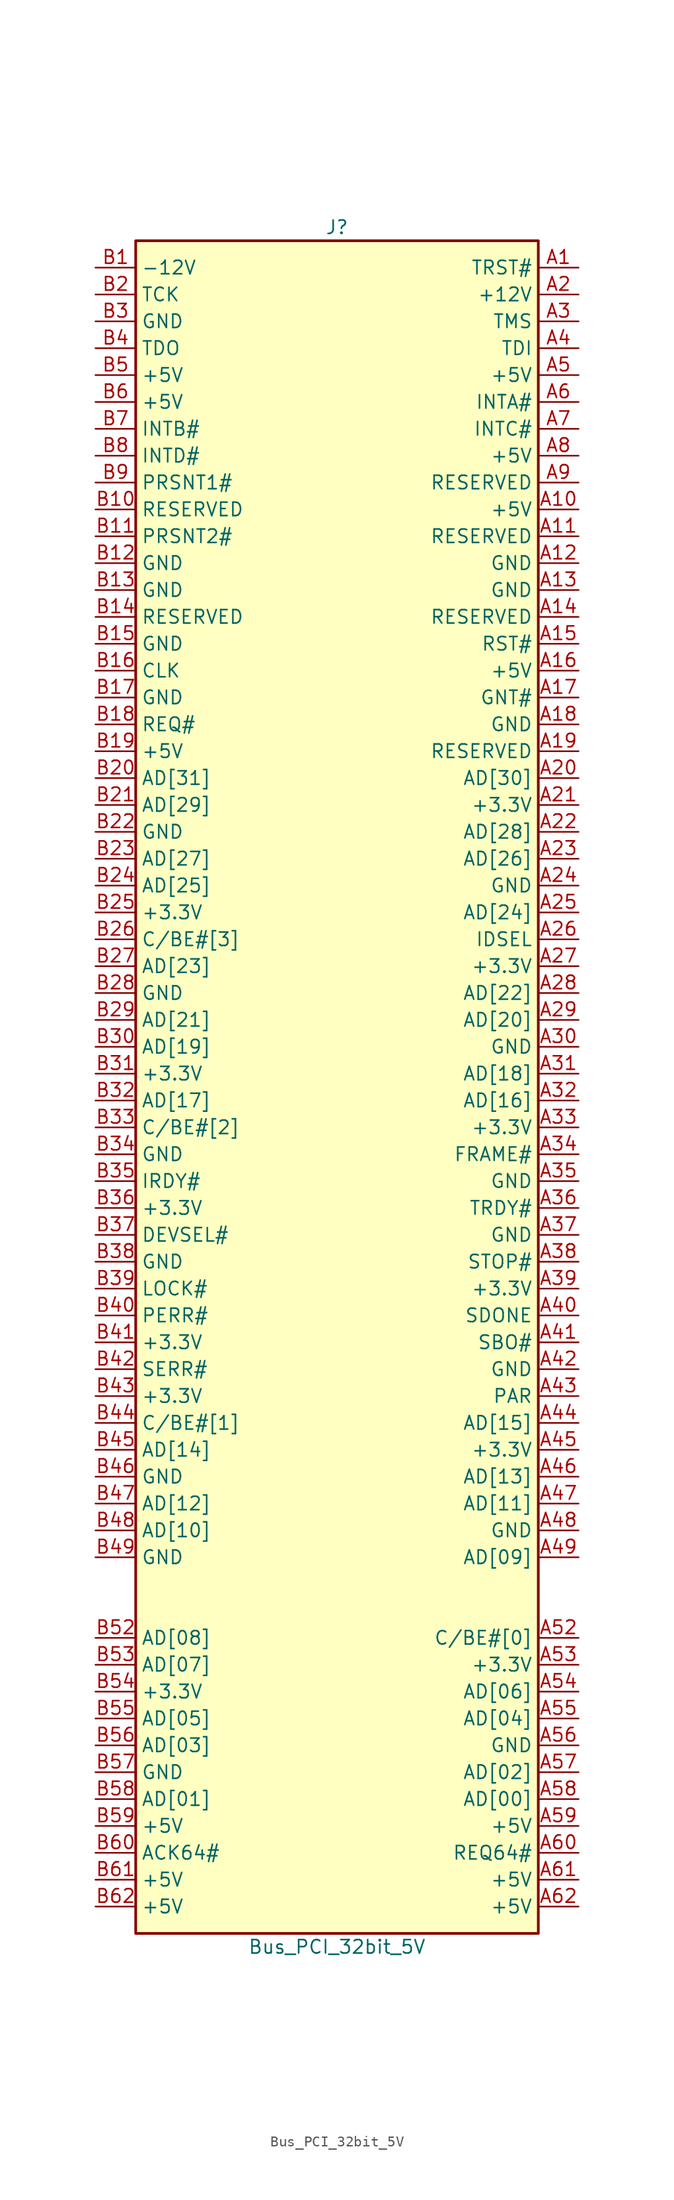
<source format=kicad_sym>
(kicad_symbol_lib
  (version 20220914)
  (generator kicad_symbol_editor)
  (symbol "Bus_PCI_32bit_5V"
    (property "Reference" "J"
      (at 0 80.01 0)
      (effects (font (size 1.27 1.27))))
    (property "Value" "Bus_PCI_32bit_5V"
      (at 0 -82.55 0)
      (effects (font (size 1.27 1.27))))
    (symbol "Bus_PCI_32bit_5V_0_1"
      (rectangle (start -19.05 -81.28) (end 19.05 78.74) (stroke (width 0.254) (type solid)) (fill (type background))))
    (symbol "Bus_PCI_32bit_5V_1_1"
      (pin output line (at 22.86 76.2 180) (length 3.81) (name "TRST#" (effects (font (size 1.27 1.27)))) (number "A1" (effects (font (size 1.27 1.27)))))
      (pin power_in line (at 22.86 53.34 180) (length 3.81) (name "+5V" (effects (font (size 1.27 1.27)))) (number "A10" (effects (font (size 1.27 1.27)))))
      (pin passive line (at 22.86 50.8 180) (length 3.81) (name "RESERVED" (effects (font (size 1.27 1.27)))) (number "A11" (effects (font (size 1.27 1.27)))))
      (pin power_in line (at 22.86 48.26 180) (length 3.81) (name "GND" (effects (font (size 1.27 1.27)))) (number "A12" (effects (font (size 1.27 1.27)))))
      (pin power_in line (at 22.86 45.72 180) (length 3.81) (name "GND" (effects (font (size 1.27 1.27)))) (number "A13" (effects (font (size 1.27 1.27)))))
      (pin passive line (at 22.86 43.18 180) (length 3.81) (name "RESERVED" (effects (font (size 1.27 1.27)))) (number "A14" (effects (font (size 1.27 1.27)))))
      (pin output line (at 22.86 40.64 180) (length 3.81) (name "RST#" (effects (font (size 1.27 1.27)))) (number "A15" (effects (font (size 1.27 1.27)))))
      (pin power_in line (at 22.86 38.1 180) (length 3.81) (name "+5V" (effects (font (size 1.27 1.27)))) (number "A16" (effects (font (size 1.27 1.27)))))
      (pin bidirectional line (at 22.86 35.56 180) (length 3.81) (name "GNT#" (effects (font (size 1.27 1.27)))) (number "A17" (effects (font (size 1.27 1.27)))))
      (pin power_in line (at 22.86 33.02 180) (length 3.81) (name "GND" (effects (font (size 1.27 1.27)))) (number "A18" (effects (font (size 1.27 1.27)))))
      (pin passive line (at 22.86 30.48 180) (length 3.81) (name "RESERVED" (effects (font (size 1.27 1.27)))) (number "A19" (effects (font (size 1.27 1.27)))))
      (pin power_in line (at 22.86 73.66 180) (length 3.81) (name "+12V" (effects (font (size 1.27 1.27)))) (number "A2" (effects (font (size 1.27 1.27)))))
      (pin bidirectional line (at 22.86 27.94 180) (length 3.81) (name "AD[30]" (effects (font (size 1.27 1.27)))) (number "A20" (effects (font (size 1.27 1.27)))))
      (pin power_in line (at 22.86 25.4 180) (length 3.81) (name "+3.3V" (effects (font (size 1.27 1.27)))) (number "A21" (effects (font (size 1.27 1.27)))))
      (pin bidirectional line (at 22.86 22.86 180) (length 3.81) (name "AD[28]" (effects (font (size 1.27 1.27)))) (number "A22" (effects (font (size 1.27 1.27)))))
      (pin bidirectional line (at 22.86 20.32 180) (length 3.81) (name "AD[26]" (effects (font (size 1.27 1.27)))) (number "A23" (effects (font (size 1.27 1.27)))))
      (pin power_in line (at 22.86 17.78 180) (length 3.81) (name "GND" (effects (font (size 1.27 1.27)))) (number "A24" (effects (font (size 1.27 1.27)))))
      (pin bidirectional line (at 22.86 15.24 180) (length 3.81) (name "AD[24]" (effects (font (size 1.27 1.27)))) (number "A25" (effects (font (size 1.27 1.27)))))
      (pin output line (at 22.86 12.7 180) (length 3.81) (name "IDSEL" (effects (font (size 1.27 1.27)))) (number "A26" (effects (font (size 1.27 1.27)))))
      (pin power_in line (at 22.86 10.16 180) (length 3.81) (name "+3.3V" (effects (font (size 1.27 1.27)))) (number "A27" (effects (font (size 1.27 1.27)))))
      (pin bidirectional line (at 22.86 7.62 180) (length 3.81) (name "AD[22]" (effects (font (size 1.27 1.27)))) (number "A28" (effects (font (size 1.27 1.27)))))
      (pin bidirectional line (at 22.86 5.08 180) (length 3.81) (name "AD[20]" (effects (font (size 1.27 1.27)))) (number "A29" (effects (font (size 1.27 1.27)))))
      (pin output line (at 22.86 71.12 180) (length 3.81) (name "TMS" (effects (font (size 1.27 1.27)))) (number "A3" (effects (font (size 1.27 1.27)))))
      (pin power_in line (at 22.86 2.54 180) (length 3.81) (name "GND" (effects (font (size 1.27 1.27)))) (number "A30" (effects (font (size 1.27 1.27)))))
      (pin bidirectional line (at 22.86 0 180) (length 3.81) (name "AD[18]" (effects (font (size 1.27 1.27)))) (number "A31" (effects (font (size 1.27 1.27)))))
      (pin bidirectional line (at 22.86 -2.54 180) (length 3.81) (name "AD[16]" (effects (font (size 1.27 1.27)))) (number "A32" (effects (font (size 1.27 1.27)))))
      (pin power_in line (at 22.86 -5.08 180) (length 3.81) (name "+3.3V" (effects (font (size 1.27 1.27)))) (number "A33" (effects (font (size 1.27 1.27)))))
      (pin bidirectional line (at 22.86 -7.62 180) (length 3.81) (name "FRAME#" (effects (font (size 1.27 1.27)))) (number "A34" (effects (font (size 1.27 1.27)))))
      (pin power_in line (at 22.86 -10.16 180) (length 3.81) (name "GND" (effects (font (size 1.27 1.27)))) (number "A35" (effects (font (size 1.27 1.27)))))
      (pin bidirectional line (at 22.86 -12.7 180) (length 3.81) (name "TRDY#" (effects (font (size 1.27 1.27)))) (number "A36" (effects (font (size 1.27 1.27)))))
      (pin power_in line (at 22.86 -15.24 180) (length 3.81) (name "GND" (effects (font (size 1.27 1.27)))) (number "A37" (effects (font (size 1.27 1.27)))))
      (pin bidirectional line (at 22.86 -17.78 180) (length 3.81) (name "STOP#" (effects (font (size 1.27 1.27)))) (number "A38" (effects (font (size 1.27 1.27)))))
      (pin power_in line (at 22.86 -20.32 180) (length 3.81) (name "+3.3V" (effects (font (size 1.27 1.27)))) (number "A39" (effects (font (size 1.27 1.27)))))
      (pin output line (at 22.86 68.58 180) (length 3.81) (name "TDI" (effects (font (size 1.27 1.27)))) (number "A4" (effects (font (size 1.27 1.27)))))
      (pin bidirectional line (at 22.86 -22.86 180) (length 3.81) (name "SDONE" (effects (font (size 1.27 1.27)))) (number "A40" (effects (font (size 1.27 1.27)))))
      (pin bidirectional line (at 22.86 -25.4 180) (length 3.81) (name "SBO#" (effects (font (size 1.27 1.27)))) (number "A41" (effects (font (size 1.27 1.27)))))
      (pin power_in line (at 22.86 -27.94 180) (length 3.81) (name "GND" (effects (font (size 1.27 1.27)))) (number "A42" (effects (font (size 1.27 1.27)))))
      (pin bidirectional line (at 22.86 -30.48 180) (length 3.81) (name "PAR" (effects (font (size 1.27 1.27)))) (number "A43" (effects (font (size 1.27 1.27)))))
      (pin bidirectional line (at 22.86 -33.02 180) (length 3.81) (name "AD[15]" (effects (font (size 1.27 1.27)))) (number "A44" (effects (font (size 1.27 1.27)))))
      (pin power_in line (at 22.86 -35.56 180) (length 3.81) (name "+3.3V" (effects (font (size 1.27 1.27)))) (number "A45" (effects (font (size 1.27 1.27)))))
      (pin bidirectional line (at 22.86 -38.1 180) (length 3.81) (name "AD[13]" (effects (font (size 1.27 1.27)))) (number "A46" (effects (font (size 1.27 1.27)))))
      (pin bidirectional line (at 22.86 -40.64 180) (length 3.81) (name "AD[11]" (effects (font (size 1.27 1.27)))) (number "A47" (effects (font (size 1.27 1.27)))))
      (pin power_in line (at 22.86 -43.18 180) (length 3.81) (name "GND" (effects (font (size 1.27 1.27)))) (number "A48" (effects (font (size 1.27 1.27)))))
      (pin bidirectional line (at 22.86 -45.72 180) (length 3.81) (name "AD[09]" (effects (font (size 1.27 1.27)))) (number "A49" (effects (font (size 1.27 1.27)))))
      (pin power_in line (at 22.86 66.04 180) (length 3.81) (name "+5V" (effects (font (size 1.27 1.27)))) (number "A5" (effects (font (size 1.27 1.27)))))
      (pin bidirectional line (at 22.86 -53.34 180) (length 3.81) (name "C/BE#[0]" (effects (font (size 1.27 1.27)))) (number "A52" (effects (font (size 1.27 1.27)))))
      (pin power_in line (at 22.86 -55.88 180) (length 3.81) (name "+3.3V" (effects (font (size 1.27 1.27)))) (number "A53" (effects (font (size 1.27 1.27)))))
      (pin bidirectional line (at 22.86 -58.42 180) (length 3.81) (name "AD[06]" (effects (font (size 1.27 1.27)))) (number "A54" (effects (font (size 1.27 1.27)))))
      (pin bidirectional line (at 22.86 -60.96 180) (length 3.81) (name "AD[04]" (effects (font (size 1.27 1.27)))) (number "A55" (effects (font (size 1.27 1.27)))))
      (pin power_in line (at 22.86 -63.5 180) (length 3.81) (name "GND" (effects (font (size 1.27 1.27)))) (number "A56" (effects (font (size 1.27 1.27)))))
      (pin bidirectional line (at 22.86 -66.04 180) (length 3.81) (name "AD[02]" (effects (font (size 1.27 1.27)))) (number "A57" (effects (font (size 1.27 1.27)))))
      (pin bidirectional line (at 22.86 -68.58 180) (length 3.81) (name "AD[00]" (effects (font (size 1.27 1.27)))) (number "A58" (effects (font (size 1.27 1.27)))))
      (pin power_in line (at 22.86 -71.12 180) (length 3.81) (name "+5V" (effects (font (size 1.27 1.27)))) (number "A59" (effects (font (size 1.27 1.27)))))
      (pin input line (at 22.86 63.5 180) (length 3.81) (name "INTA#" (effects (font (size 1.27 1.27)))) (number "A6" (effects (font (size 1.27 1.27)))))
      (pin bidirectional line (at 22.86 -73.66 180) (length 3.81) (name "REQ64#" (effects (font (size 1.27 1.27)))) (number "A60" (effects (font (size 1.27 1.27)))))
      (pin power_in line (at 22.86 -76.2 180) (length 3.81) (name "+5V" (effects (font (size 1.27 1.27)))) (number "A61" (effects (font (size 1.27 1.27)))))
      (pin power_in line (at 22.86 -78.74 180) (length 3.81) (name "+5V" (effects (font (size 1.27 1.27)))) (number "A62" (effects (font (size 1.27 1.27)))))
      (pin input line (at 22.86 60.96 180) (length 3.81) (name "INTC#" (effects (font (size 1.27 1.27)))) (number "A7" (effects (font (size 1.27 1.27)))))
      (pin power_in line (at 22.86 58.42 180) (length 3.81) (name "+5V" (effects (font (size 1.27 1.27)))) (number "A8" (effects (font (size 1.27 1.27)))))
      (pin passive line (at 22.86 55.88 180) (length 3.81) (name "RESERVED" (effects (font (size 1.27 1.27)))) (number "A9" (effects (font (size 1.27 1.27)))))
      (pin power_in line (at -22.86 76.2 0) (length 3.81) (name "-12V" (effects (font (size 1.27 1.27)))) (number "B1" (effects (font (size 1.27 1.27)))))
      (pin passive line (at -22.86 53.34 0) (length 3.81) (name "RESERVED" (effects (font (size 1.27 1.27)))) (number "B10" (effects (font (size 1.27 1.27)))))
      (pin input line (at -22.86 50.8 0) (length 3.81) (name "PRSNT2#" (effects (font (size 1.27 1.27)))) (number "B11" (effects (font (size 1.27 1.27)))))
      (pin power_in line (at -22.86 48.26 0) (length 3.81) (name "GND" (effects (font (size 1.27 1.27)))) (number "B12" (effects (font (size 1.27 1.27)))))
      (pin power_in line (at -22.86 45.72 0) (length 3.81) (name "GND" (effects (font (size 1.27 1.27)))) (number "B13" (effects (font (size 1.27 1.27)))))
      (pin passive line (at -22.86 43.18 0) (length 3.81) (name "RESERVED" (effects (font (size 1.27 1.27)))) (number "B14" (effects (font (size 1.27 1.27)))))
      (pin power_in line (at -22.86 40.64 0) (length 3.81) (name "GND" (effects (font (size 1.27 1.27)))) (number "B15" (effects (font (size 1.27 1.27)))))
      (pin output line (at -22.86 38.1 0) (length 3.81) (name "CLK" (effects (font (size 1.27 1.27)))) (number "B16" (effects (font (size 1.27 1.27)))))
      (pin power_in line (at -22.86 35.56 0) (length 3.81) (name "GND" (effects (font (size 1.27 1.27)))) (number "B17" (effects (font (size 1.27 1.27)))))
      (pin bidirectional line (at -22.86 33.02 0) (length 3.81) (name "REQ#" (effects (font (size 1.27 1.27)))) (number "B18" (effects (font (size 1.27 1.27)))))
      (pin power_in line (at -22.86 30.48 0) (length 3.81) (name "+5V" (effects (font (size 1.27 1.27)))) (number "B19" (effects (font (size 1.27 1.27)))))
      (pin output line (at -22.86 73.66 0) (length 3.81) (name "TCK" (effects (font (size 1.27 1.27)))) (number "B2" (effects (font (size 1.27 1.27)))))
      (pin bidirectional line (at -22.86 27.94 0) (length 3.81) (name "AD[31]" (effects (font (size 1.27 1.27)))) (number "B20" (effects (font (size 1.27 1.27)))))
      (pin bidirectional line (at -22.86 25.4 0) (length 3.81) (name "AD[29]" (effects (font (size 1.27 1.27)))) (number "B21" (effects (font (size 1.27 1.27)))))
      (pin power_in line (at -22.86 22.86 0) (length 3.81) (name "GND" (effects (font (size 1.27 1.27)))) (number "B22" (effects (font (size 1.27 1.27)))))
      (pin bidirectional line (at -22.86 20.32 0) (length 3.81) (name "AD[27]" (effects (font (size 1.27 1.27)))) (number "B23" (effects (font (size 1.27 1.27)))))
      (pin bidirectional line (at -22.86 17.78 0) (length 3.81) (name "AD[25]" (effects (font (size 1.27 1.27)))) (number "B24" (effects (font (size 1.27 1.27)))))
      (pin power_in line (at -22.86 15.24 0) (length 3.81) (name "+3.3V" (effects (font (size 1.27 1.27)))) (number "B25" (effects (font (size 1.27 1.27)))))
      (pin bidirectional line (at -22.86 12.7 0) (length 3.81) (name "C/BE#[3]" (effects (font (size 1.27 1.27)))) (number "B26" (effects (font (size 1.27 1.27)))))
      (pin bidirectional line (at -22.86 10.16 0) (length 3.81) (name "AD[23]" (effects (font (size 1.27 1.27)))) (number "B27" (effects (font (size 1.27 1.27)))))
      (pin power_in line (at -22.86 7.62 0) (length 3.81) (name "GND" (effects (font (size 1.27 1.27)))) (number "B28" (effects (font (size 1.27 1.27)))))
      (pin bidirectional line (at -22.86 5.08 0) (length 3.81) (name "AD[21]" (effects (font (size 1.27 1.27)))) (number "B29" (effects (font (size 1.27 1.27)))))
      (pin power_in line (at -22.86 71.12 0) (length 3.81) (name "GND" (effects (font (size 1.27 1.27)))) (number "B3" (effects (font (size 1.27 1.27)))))
      (pin bidirectional line (at -22.86 2.54 0) (length 3.81) (name "AD[19]" (effects (font (size 1.27 1.27)))) (number "B30" (effects (font (size 1.27 1.27)))))
      (pin power_in line (at -22.86 0 0) (length 3.81) (name "+3.3V" (effects (font (size 1.27 1.27)))) (number "B31" (effects (font (size 1.27 1.27)))))
      (pin bidirectional line (at -22.86 -2.54 0) (length 3.81) (name "AD[17]" (effects (font (size 1.27 1.27)))) (number "B32" (effects (font (size 1.27 1.27)))))
      (pin bidirectional line (at -22.86 -5.08 0) (length 3.81) (name "C/BE#[2]" (effects (font (size 1.27 1.27)))) (number "B33" (effects (font (size 1.27 1.27)))))
      (pin power_in line (at -22.86 -7.62 0) (length 3.81) (name "GND" (effects (font (size 1.27 1.27)))) (number "B34" (effects (font (size 1.27 1.27)))))
      (pin bidirectional line (at -22.86 -10.16 0) (length 3.81) (name "IRDY#" (effects (font (size 1.27 1.27)))) (number "B35" (effects (font (size 1.27 1.27)))))
      (pin power_in line (at -22.86 -12.7 0) (length 3.81) (name "+3.3V" (effects (font (size 1.27 1.27)))) (number "B36" (effects (font (size 1.27 1.27)))))
      (pin bidirectional line (at -22.86 -15.24 0) (length 3.81) (name "DEVSEL#" (effects (font (size 1.27 1.27)))) (number "B37" (effects (font (size 1.27 1.27)))))
      (pin power_in line (at -22.86 -17.78 0) (length 3.81) (name "GND" (effects (font (size 1.27 1.27)))) (number "B38" (effects (font (size 1.27 1.27)))))
      (pin bidirectional line (at -22.86 -20.32 0) (length 3.81) (name "LOCK#" (effects (font (size 1.27 1.27)))) (number "B39" (effects (font (size 1.27 1.27)))))
      (pin input line (at -22.86 68.58 0) (length 3.81) (name "TDO" (effects (font (size 1.27 1.27)))) (number "B4" (effects (font (size 1.27 1.27)))))
      (pin bidirectional line (at -22.86 -22.86 0) (length 3.81) (name "PERR#" (effects (font (size 1.27 1.27)))) (number "B40" (effects (font (size 1.27 1.27)))))
      (pin power_in line (at -22.86 -25.4 0) (length 3.81) (name "+3.3V" (effects (font (size 1.27 1.27)))) (number "B41" (effects (font (size 1.27 1.27)))))
      (pin input line (at -22.86 -27.94 0) (length 3.81) (name "SERR#" (effects (font (size 1.27 1.27)))) (number "B42" (effects (font (size 1.27 1.27)))))
      (pin power_in line (at -22.86 -30.48 0) (length 3.81) (name "+3.3V" (effects (font (size 1.27 1.27)))) (number "B43" (effects (font (size 1.27 1.27)))))
      (pin bidirectional line (at -22.86 -33.02 0) (length 3.81) (name "C/BE#[1]" (effects (font (size 1.27 1.27)))) (number "B44" (effects (font (size 1.27 1.27)))))
      (pin bidirectional line (at -22.86 -35.56 0) (length 3.81) (name "AD[14]" (effects (font (size 1.27 1.27)))) (number "B45" (effects (font (size 1.27 1.27)))))
      (pin power_in line (at -22.86 -38.1 0) (length 3.81) (name "GND" (effects (font (size 1.27 1.27)))) (number "B46" (effects (font (size 1.27 1.27)))))
      (pin bidirectional line (at -22.86 -40.64 0) (length 3.81) (name "AD[12]" (effects (font (size 1.27 1.27)))) (number "B47" (effects (font (size 1.27 1.27)))))
      (pin bidirectional line (at -22.86 -43.18 0) (length 3.81) (name "AD[10]" (effects (font (size 1.27 1.27)))) (number "B48" (effects (font (size 1.27 1.27)))))
      (pin power_in line (at -22.86 -45.72 0) (length 3.81) (name "GND" (effects (font (size 1.27 1.27)))) (number "B49" (effects (font (size 1.27 1.27)))))
      (pin power_in line (at -22.86 66.04 0) (length 3.81) (name "+5V" (effects (font (size 1.27 1.27)))) (number "B5" (effects (font (size 1.27 1.27)))))
      (pin bidirectional line (at -22.86 -53.34 0) (length 3.81) (name "AD[08]" (effects (font (size 1.27 1.27)))) (number "B52" (effects (font (size 1.27 1.27)))))
      (pin bidirectional line (at -22.86 -55.88 0) (length 3.81) (name "AD[07]" (effects (font (size 1.27 1.27)))) (number "B53" (effects (font (size 1.27 1.27)))))
      (pin input line (at -22.86 -58.42 0) (length 3.81) (name "+3.3V" (effects (font (size 1.27 1.27)))) (number "B54" (effects (font (size 1.27 1.27)))))
      (pin bidirectional line (at -22.86 -60.96 0) (length 3.81) (name "AD[05]" (effects (font (size 1.27 1.27)))) (number "B55" (effects (font (size 1.27 1.27)))))
      (pin bidirectional line (at -22.86 -63.5 0) (length 3.81) (name "AD[03]" (effects (font (size 1.27 1.27)))) (number "B56" (effects (font (size 1.27 1.27)))))
      (pin power_in line (at -22.86 -66.04 0) (length 3.81) (name "GND" (effects (font (size 1.27 1.27)))) (number "B57" (effects (font (size 1.27 1.27)))))
      (pin bidirectional line (at -22.86 -68.58 0) (length 3.81) (name "AD[01]" (effects (font (size 1.27 1.27)))) (number "B58" (effects (font (size 1.27 1.27)))))
      (pin power_in line (at -22.86 -71.12 0) (length 3.81) (name "+5V" (effects (font (size 1.27 1.27)))) (number "B59" (effects (font (size 1.27 1.27)))))
      (pin power_in line (at -22.86 63.5 0) (length 3.81) (name "+5V" (effects (font (size 1.27 1.27)))) (number "B6" (effects (font (size 1.27 1.27)))))
      (pin bidirectional line (at -22.86 -73.66 0) (length 3.81) (name "ACK64#" (effects (font (size 1.27 1.27)))) (number "B60" (effects (font (size 1.27 1.27)))))
      (pin power_in line (at -22.86 -76.2 0) (length 3.81) (name "+5V" (effects (font (size 1.27 1.27)))) (number "B61" (effects (font (size 1.27 1.27)))))
      (pin power_in line (at -22.86 -78.74 0) (length 3.81) (name "+5V" (effects (font (size 1.27 1.27)))) (number "B62" (effects (font (size 1.27 1.27)))))
      (pin input line (at -22.86 60.96 0) (length 3.81) (name "INTB#" (effects (font (size 1.27 1.27)))) (number "B7" (effects (font (size 1.27 1.27)))))
      (pin input line (at -22.86 58.42 0) (length 3.81) (name "INTD#" (effects (font (size 1.27 1.27)))) (number "B8" (effects (font (size 1.27 1.27)))))
      (pin input line (at -22.86 55.88 0) (length 3.81) (name "PRSNT1#" (effects (font (size 1.27 1.27)))) (number "B9" (effects (font (size 1.27 1.27))))))))
</source>
